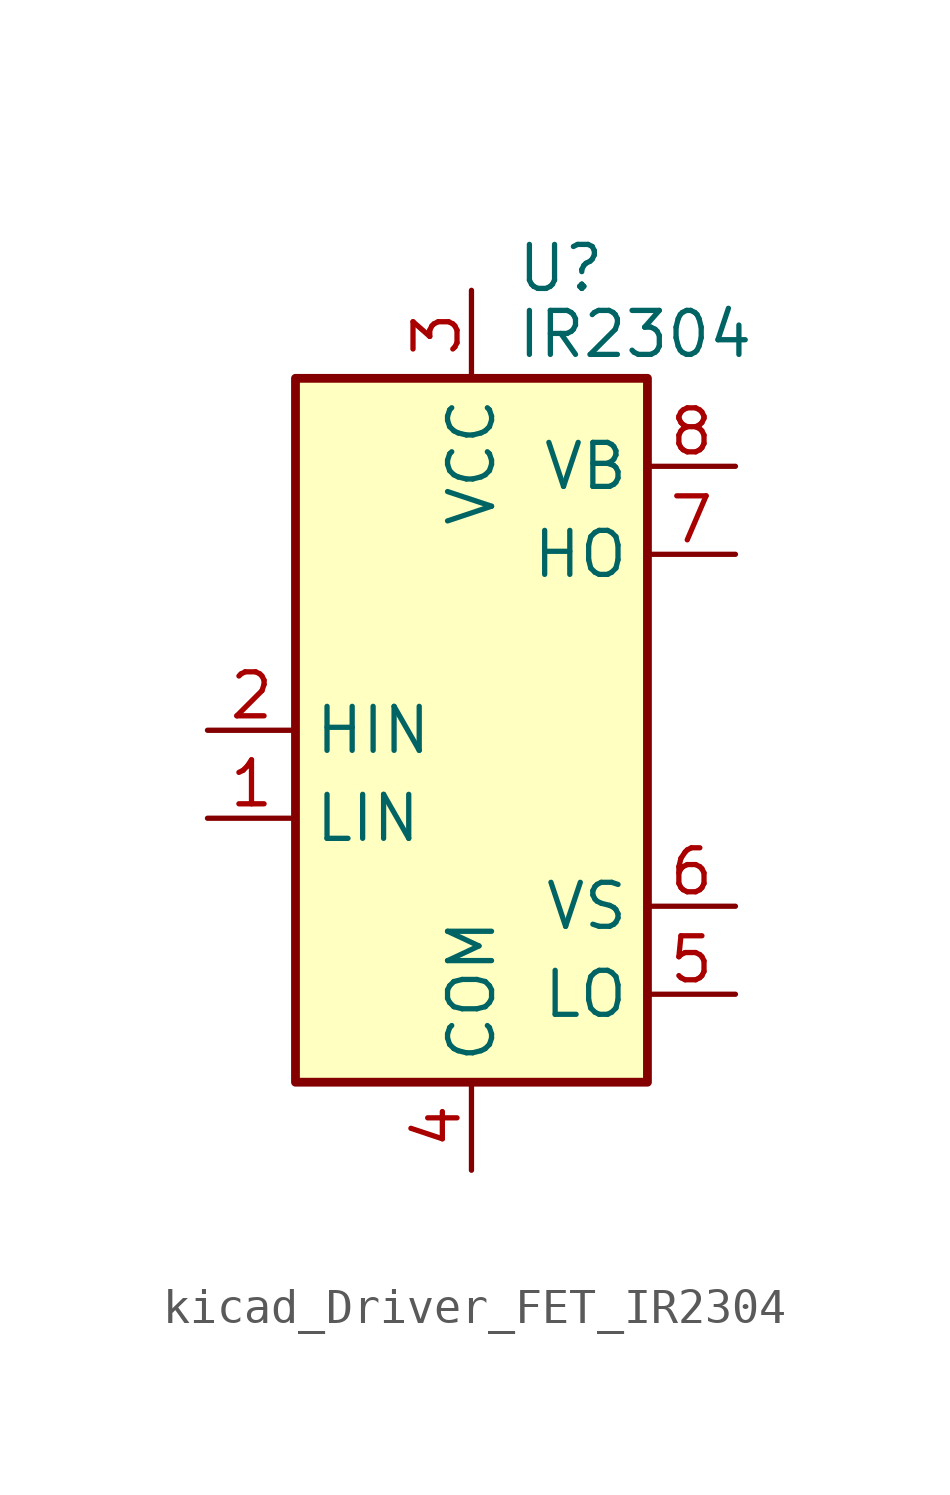
<source format=kicad_sym>
(kicad_symbol_lib
  (version 20220914)
  (generator kicad_symbol_editor)
  (symbol "kicad_Driver_FET_IR2304"
    (property "Reference" "U"
      (at 1.27 13.335 0)
      (effects (font (size 1.27 1.27)) (justify left)))
    (property "Value" "IR2304"
      (at 1.27 11.43 0)
      (effects (font (size 1.27 1.27)) (justify left)))
    (symbol "kicad_Driver_FET_IR2304_0_1"
      (rectangle (start -5.08 -10.16) (end 5.08 10.16) (stroke (width 0.254) (type default)) (fill (type background))))
    (symbol "kicad_Driver_FET_IR2304_1_1"
      (pin input line (at -7.62 -2.54 0) (length 2.54) (name "LIN" (effects (font (size 1.27 1.27)))) (number "1" (effects (font (size 1.27 1.27)))))
      (pin input line (at -7.62 0 0) (length 2.54) (name "HIN" (effects (font (size 1.27 1.27)))) (number "2" (effects (font (size 1.27 1.27)))))
      (pin power_in line (at 0 12.7 270) (length 2.54) (name "VCC" (effects (font (size 1.27 1.27)))) (number "3" (effects (font (size 1.27 1.27)))))
      (pin power_in line (at 0 -12.7 90) (length 2.54) (name "COM" (effects (font (size 1.27 1.27)))) (number "4" (effects (font (size 1.27 1.27)))))
      (pin output line (at 7.62 -7.62 180) (length 2.54) (name "LO" (effects (font (size 1.27 1.27)))) (number "5" (effects (font (size 1.27 1.27)))))
      (pin passive line (at 7.62 -5.08 180) (length 2.54) (name "VS" (effects (font (size 1.27 1.27)))) (number "6" (effects (font (size 1.27 1.27)))))
      (pin output line (at 7.62 5.08 180) (length 2.54) (name "HO" (effects (font (size 1.27 1.27)))) (number "7" (effects (font (size 1.27 1.27)))))
      (pin passive line (at 7.62 7.62 180) (length 2.54) (name "VB" (effects (font (size 1.27 1.27)))) (number "8" (effects (font (size 1.27 1.27))))))))
</source>
